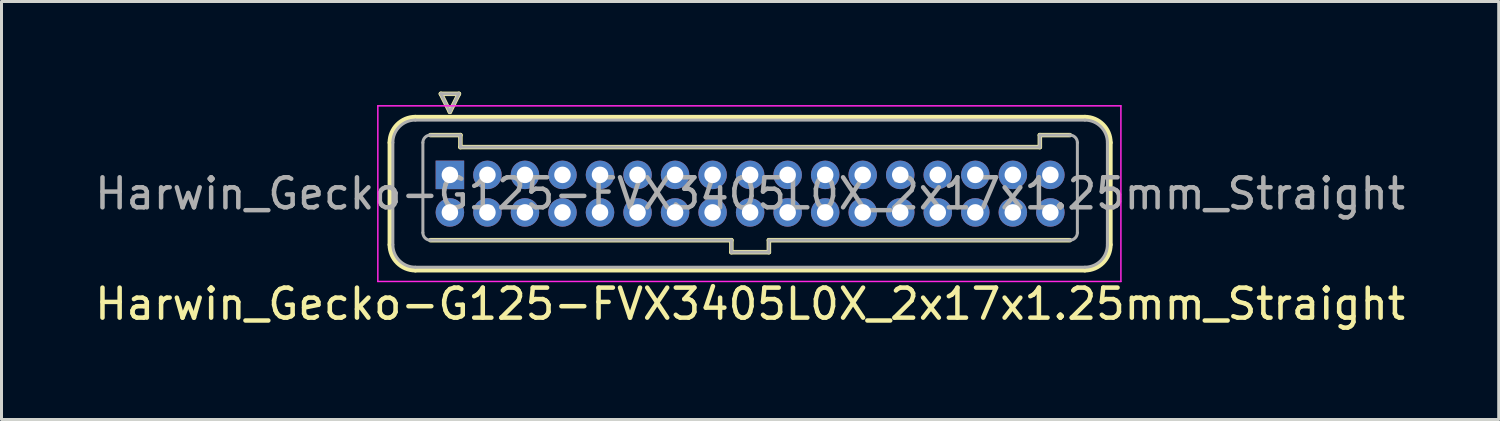
<source format=kicad_pcb>
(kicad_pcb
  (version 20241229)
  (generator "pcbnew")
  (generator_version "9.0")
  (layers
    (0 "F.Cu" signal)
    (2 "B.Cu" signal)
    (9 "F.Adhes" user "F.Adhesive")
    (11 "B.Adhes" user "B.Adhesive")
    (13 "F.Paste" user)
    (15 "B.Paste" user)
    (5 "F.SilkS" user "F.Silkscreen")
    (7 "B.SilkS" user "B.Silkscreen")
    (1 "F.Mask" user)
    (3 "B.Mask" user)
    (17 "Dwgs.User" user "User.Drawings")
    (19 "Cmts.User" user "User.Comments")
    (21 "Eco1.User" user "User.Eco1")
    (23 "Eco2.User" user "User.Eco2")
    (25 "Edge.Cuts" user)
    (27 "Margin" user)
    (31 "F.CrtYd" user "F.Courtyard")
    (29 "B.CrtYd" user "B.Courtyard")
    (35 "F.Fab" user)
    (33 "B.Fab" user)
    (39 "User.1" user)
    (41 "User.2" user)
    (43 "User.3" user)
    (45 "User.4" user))
  (footprint "Harwin_Gecko-G125-FVX3405L0X_2x17x1.25mm_Straight"
    (layer "F.Cu")
    (at 11.935 2.775)
    (property "Reference" "Harwin_Gecko-G125-FVX3405L0X_2x17x1.25mm_Straight" (at 10 4.3 0) (layer "F.SilkS") (effects (font (size 1 1) (thickness 0.15))))
    (attr through_hole)
    (fp_line (start -2 -1.075) (end -2 2.325) (stroke (width 0.15) (type solid)) (layer "F.SilkS"))
    (fp_line (start -1.15 -1.925) (end 21.15 -1.925) (stroke (width 0.15) (type solid)) (layer "F.SilkS"))
    (fp_line (start -1.15 3.175) (end 21.15 3.175) (stroke (width 0.15) (type solid)) (layer "F.SilkS"))
    (fp_line (start -0.65 -1.325) (end 0.35 -1.325) (stroke (width 0.15) (type solid)) (layer "F.SilkS"))
    (fp_line (start -0.65 2.175) (end 9.375 2.175) (stroke (width 0.15) (type solid)) (layer "F.SilkS"))
    (fp_line (start -0.3 -2.7) (end 0.3 -2.7) (stroke (width 0.15) (type solid)) (layer "F.SilkS"))
    (fp_line (start 0 -2.1) (end -0.3 -2.7) (stroke (width 0.15) (type solid)) (layer "F.SilkS"))
    (fp_line (start 0.3 -2.7) (end 0 -2.1) (stroke (width 0.15) (type solid)) (layer "F.SilkS"))
    (fp_line (start 0.35 -1.325) (end 0.35 -0.925) (stroke (width 0.15) (type solid)) (layer "F.SilkS"))
    (fp_line (start 0.35 -0.925) (end 19.65 -0.925) (stroke (width 0.15) (type solid)) (layer "F.SilkS"))
    (fp_line (start 9.375 2.175) (end 9.375 2.575) (stroke (width 0.15) (type solid)) (layer "F.SilkS"))
    (fp_line (start 9.375 2.575) (end 10.625 2.575) (stroke (width 0.15) (type solid)) (layer "F.SilkS"))
    (fp_line (start 10.625 2.175) (end 20.65 2.175) (stroke (width 0.15) (type solid)) (layer "F.SilkS"))
    (fp_line (start 10.625 2.575) (end 10.625 2.175) (stroke (width 0.15) (type solid)) (layer "F.SilkS"))
    (fp_line (start 19.65 -1.325) (end 20.65 -1.325) (stroke (width 0.15) (type solid)) (layer "F.SilkS"))
    (fp_line (start 19.65 -0.925) (end 19.65 -1.325) (stroke (width 0.15) (type solid)) (layer "F.SilkS"))
    (fp_line (start 22 -1.075) (end 22 2.325) (stroke (width 0.15) (type solid)) (layer "F.SilkS"))
    (fp_arc (start -2 -1.075) (mid -1.751041 -1.676041) (end -1.15 -1.925) (stroke (width 0.15) (type solid)) (layer "F.SilkS"))
    (fp_arc (start -1.15 3.175) (mid -1.751041 2.926041) (end -2 2.325) (stroke (width 0.15) (type solid)) (layer "F.SilkS"))
    (fp_arc (start 21.15 -1.925) (mid 21.751041 -1.676041) (end 22 -1.075) (stroke (width 0.15) (type solid)) (layer "F.SilkS"))
    (fp_arc (start 22 2.325) (mid 21.751041 2.926041) (end 21.15 3.175) (stroke (width 0.15) (type solid)) (layer "F.SilkS"))
    (fp_line (start -2.4 -2.3) (end -2.4 3.55) (stroke (width 0.05) (type solid)) (layer "F.CrtYd"))
    (fp_line (start -2.4 3.55) (end 22.35 3.55) (stroke (width 0.05) (type solid)) (layer "F.CrtYd"))
    (fp_line (start 22.35 -2.3) (end -2.4 -2.3) (stroke (width 0.05) (type solid)) (layer "F.CrtYd"))
    (fp_line (start 22.35 3.55) (end 22.35 -2.3) (stroke (width 0.05) (type solid)) (layer "F.CrtYd"))
    (fp_line (start -1.9 -1.075) (end -1.9 2.325) (stroke (width 0.1) (type solid)) (layer "F.Fab"))
    (fp_line (start -1.15 -1.825) (end 21.15 -1.825) (stroke (width 0.1) (type solid)) (layer "F.Fab"))
    (fp_line (start -1.15 3.075) (end 21.15 3.075) (stroke (width 0.1) (type solid)) (layer "F.Fab"))
    (fp_line (start -0.9 -1.075) (end -0.9 1.925) (stroke (width 0.1) (type solid)) (layer "F.Fab"))
    (fp_line (start -0.65 -1.325) (end 0.35 -1.325) (stroke (width 0.1) (type solid)) (layer "F.Fab"))
    (fp_line (start -0.65 2.175) (end 9.375 2.175) (stroke (width 0.1) (type solid)) (layer "F.Fab"))
    (fp_line (start -0.3 -2.7) (end 0.3 -2.7) (stroke (width 0.1) (type solid)) (layer "F.Fab"))
    (fp_line (start 0 -2.1) (end -0.3 -2.7) (stroke (width 0.1) (type solid)) (layer "F.Fab"))
    (fp_line (start 0.3 -2.7) (end 0 -2.1) (stroke (width 0.1) (type solid)) (layer "F.Fab"))
    (fp_line (start 0.35 -1.325) (end 0.35 -0.925) (stroke (width 0.1) (type solid)) (layer "F.Fab"))
    (fp_line (start 0.35 -0.925) (end 19.65 -0.925) (stroke (width 0.1) (type solid)) (layer "F.Fab"))
    (fp_line (start 9.375 2.175) (end 9.375 2.575) (stroke (width 0.1) (type solid)) (layer "F.Fab"))
    (fp_line (start 9.375 2.575) (end 10.625 2.575) (stroke (width 0.1) (type solid)) (layer "F.Fab"))
    (fp_line (start 10.625 2.175) (end 20.65 2.175) (stroke (width 0.1) (type solid)) (layer "F.Fab"))
    (fp_line (start 10.625 2.575) (end 10.625 2.175) (stroke (width 0.1) (type solid)) (layer "F.Fab"))
    (fp_line (start 19.65 -1.325) (end 20.65 -1.325) (stroke (width 0.1) (type solid)) (layer "F.Fab"))
    (fp_line (start 19.65 -0.925) (end 19.65 -1.325) (stroke (width 0.1) (type solid)) (layer "F.Fab"))
    (fp_line (start 20.9 -1.075) (end 20.9 1.925) (stroke (width 0.1) (type solid)) (layer "F.Fab"))
    (fp_line (start 21.9 -1.075) (end 21.9 2.325) (stroke (width 0.1) (type solid)) (layer "F.Fab"))
    (fp_arc (start -1.9 -1.075) (mid -1.68033 -1.60533) (end -1.15 -1.825) (stroke (width 0.1) (type solid)) (layer "F.Fab"))
    (fp_arc (start -1.15 3.075) (mid -1.68033 2.85533) (end -1.9 2.325) (stroke (width 0.1) (type solid)) (layer "F.Fab"))
    (fp_arc (start -0.9 -1.075) (mid -0.826777 -1.251777) (end -0.65 -1.325) (stroke (width 0.1) (type solid)) (layer "F.Fab"))
    (fp_arc (start -0.65 2.175) (mid -0.826777 2.101777) (end -0.9 1.925) (stroke (width 0.1) (type solid)) (layer "F.Fab"))
    (fp_arc (start 20.65 -1.325) (mid 20.826777 -1.251777) (end 20.9 -1.075) (stroke (width 0.1) (type solid)) (layer "F.Fab"))
    (fp_arc (start 20.9 1.925) (mid 20.826777 2.101777) (end 20.65 2.175) (stroke (width 0.1) (type solid)) (layer "F.Fab"))
    (fp_arc (start 21.15 -1.825) (mid 21.68033 -1.60533) (end 21.9 -1.075) (stroke (width 0.1) (type solid)) (layer "F.Fab"))
    (fp_arc (start 21.9 2.325) (mid 21.68033 2.85533) (end 21.15 3.075) (stroke (width 0.1) (type solid)) (layer "F.Fab"))
    (fp_text user "${REFERENCE}" (at 10 0.625 0) (layer "F.Fab") (effects (font (size 1 1) (thickness 0.15))))
    (pad "1" thru_hole rect (at 0 0) (size 0.95 0.95) (drill 0.55) (layers "*.Cu" "*.Mask"))
    (pad "2" thru_hole circle (at 1.25 0) (size 0.95 0.95) (drill 0.55) (layers "*.Cu" "*.Mask"))
    (pad "3" thru_hole circle (at 2.5 0) (size 0.95 0.95) (drill 0.55) (layers "*.Cu" "*.Mask"))
    (pad "4" thru_hole circle (at 3.75 0) (size 0.95 0.95) (drill 0.55) (layers "*.Cu" "*.Mask"))
    (pad "5" thru_hole circle (at 5 0) (size 0.95 0.95) (drill 0.55) (layers "*.Cu" "*.Mask"))
    (pad "6" thru_hole circle (at 6.25 0) (size 0.95 0.95) (drill 0.55) (layers "*.Cu" "*.Mask"))
    (pad "7" thru_hole circle (at 7.5 0) (size 0.95 0.95) (drill 0.55) (layers "*.Cu" "*.Mask"))
    (pad "8" thru_hole circle (at 8.75 0) (size 0.95 0.95) (drill 0.55) (layers "*.Cu" "*.Mask"))
    (pad "9" thru_hole circle (at 10 0) (size 0.95 0.95) (drill 0.55) (layers "*.Cu" "*.Mask"))
    (pad "10" thru_hole circle (at 11.25 0) (size 0.95 0.95) (drill 0.55) (layers "*.Cu" "*.Mask"))
    (pad "11" thru_hole circle (at 12.5 0) (size 0.95 0.95) (drill 0.55) (layers "*.Cu" "*.Mask"))
    (pad "12" thru_hole circle (at 13.75 0) (size 0.95 0.95) (drill 0.55) (layers "*.Cu" "*.Mask"))
    (pad "13" thru_hole circle (at 15 0) (size 0.95 0.95) (drill 0.55) (layers "*.Cu" "*.Mask"))
    (pad "14" thru_hole circle (at 16.25 0) (size 0.95 0.95) (drill 0.55) (layers "*.Cu" "*.Mask"))
    (pad "15" thru_hole circle (at 17.5 0) (size 0.95 0.95) (drill 0.55) (layers "*.Cu" "*.Mask"))
    (pad "16" thru_hole circle (at 18.75 0) (size 0.95 0.95) (drill 0.55) (layers "*.Cu" "*.Mask"))
    (pad "17" thru_hole circle (at 20 0) (size 0.95 0.95) (drill 0.55) (layers "*.Cu" "*.Mask"))
    (pad "18" thru_hole circle (at 0 1.25) (size 0.95 0.95) (drill 0.55) (layers "*.Cu" "*.Mask"))
    (pad "19" thru_hole circle (at 1.25 1.25) (size 0.95 0.95) (drill 0.55) (layers "*.Cu" "*.Mask"))
    (pad "20" thru_hole circle (at 2.5 1.25) (size 0.95 0.95) (drill 0.55) (layers "*.Cu" "*.Mask"))
    (pad "21" thru_hole circle (at 3.75 1.25) (size 0.95 0.95) (drill 0.55) (layers "*.Cu" "*.Mask"))
    (pad "22" thru_hole circle (at 5 1.25) (size 0.95 0.95) (drill 0.55) (layers "*.Cu" "*.Mask"))
    (pad "23" thru_hole circle (at 6.25 1.25) (size 0.95 0.95) (drill 0.55) (layers "*.Cu" "*.Mask"))
    (pad "24" thru_hole circle (at 7.5 1.25) (size 0.95 0.95) (drill 0.55) (layers "*.Cu" "*.Mask"))
    (pad "25" thru_hole circle (at 8.75 1.25) (size 0.95 0.95) (drill 0.55) (layers "*.Cu" "*.Mask"))
    (pad "26" thru_hole circle (at 10 1.25) (size 0.95 0.95) (drill 0.55) (layers "*.Cu" "*.Mask"))
    (pad "27" thru_hole circle (at 11.25 1.25) (size 0.95 0.95) (drill 0.55) (layers "*.Cu" "*.Mask"))
    (pad "28" thru_hole circle (at 12.5 1.25) (size 0.95 0.95) (drill 0.55) (layers "*.Cu" "*.Mask"))
    (pad "29" thru_hole circle (at 13.75 1.25) (size 0.95 0.95) (drill 0.55) (layers "*.Cu" "*.Mask"))
    (pad "30" thru_hole circle (at 15 1.25) (size 0.95 0.95) (drill 0.55) (layers "*.Cu" "*.Mask"))
    (pad "31" thru_hole circle (at 16.25 1.25) (size 0.95 0.95) (drill 0.55) (layers "*.Cu" "*.Mask"))
    (pad "32" thru_hole circle (at 17.5 1.25) (size 0.95 0.95) (drill 0.55) (layers "*.Cu" "*.Mask"))
    (pad "33" thru_hole circle (at 18.75 1.25) (size 0.95 0.95) (drill 0.55) (layers "*.Cu" "*.Mask"))
    (pad "34" thru_hole circle (at 20 1.25) (size 0.95 0.95) (drill 0.55) (layers "*.Cu" "*.Mask")))
  (gr_rect
    (start -3 -3)
    (end 46.869 10.923)
    (stroke (width 0.1) (type default))
    (fill no)
    (layer "Edge.Cuts")))
</source>
